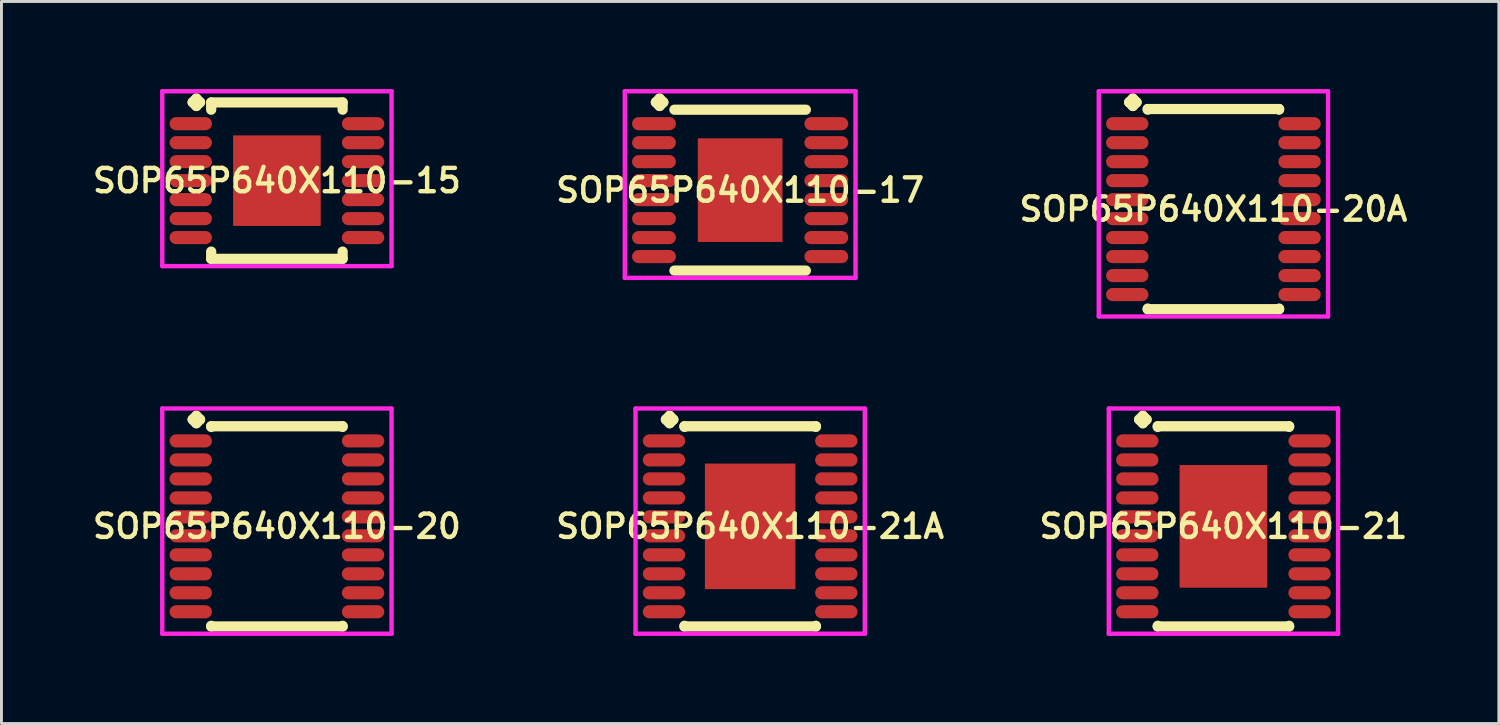
<source format=kicad_pcb>
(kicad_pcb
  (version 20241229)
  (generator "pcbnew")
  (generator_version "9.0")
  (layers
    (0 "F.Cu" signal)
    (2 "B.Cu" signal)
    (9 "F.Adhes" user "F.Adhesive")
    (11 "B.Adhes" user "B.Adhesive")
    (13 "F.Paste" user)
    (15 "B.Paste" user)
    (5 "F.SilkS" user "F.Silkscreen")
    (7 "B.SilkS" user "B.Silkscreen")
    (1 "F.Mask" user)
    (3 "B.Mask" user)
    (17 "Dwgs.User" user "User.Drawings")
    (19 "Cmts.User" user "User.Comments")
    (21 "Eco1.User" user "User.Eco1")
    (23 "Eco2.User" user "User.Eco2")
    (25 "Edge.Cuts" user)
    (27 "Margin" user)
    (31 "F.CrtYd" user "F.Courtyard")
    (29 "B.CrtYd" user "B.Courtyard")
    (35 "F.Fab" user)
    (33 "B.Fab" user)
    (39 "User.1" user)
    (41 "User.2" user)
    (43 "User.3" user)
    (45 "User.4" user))
  (footprint "SOP65P640X110-17"
    (layer "F.Cu")
    (at 22.292 3.46)
    (property "Reference" "SOP65P640X110-17" (at 0 0 0) (layer "F.SilkS") (effects (font (size 0.8 0.8) (thickness 0.15))))
    (attr through_hole)
    (fp_line (start -2.885 -3.008) (end -2.758 -3.135) (stroke (width 0.35) (type solid)) (layer "F.SilkS"))
    (fp_line (start -2.758 -3.135) (end -2.631 -3.008) (stroke (width 0.35) (type solid)) (layer "F.SilkS"))
    (fp_line (start -2.758 -2.881) (end -2.885 -3.008) (stroke (width 0.35) (type solid)) (layer "F.SilkS"))
    (fp_line (start -2.631 -3.008) (end -2.758 -2.881) (stroke (width 0.35) (type solid)) (layer "F.SilkS"))
    (fp_line (start -2.25 -2.754) (end 2.25 -2.754) (stroke (width 0.35) (type solid)) (layer "F.SilkS"))
    (fp_line (start -2.25 2.754) (end 2.25 2.754) (stroke (width 0.35) (type solid)) (layer "F.SilkS"))
    (fp_line (start -3.95 -3.385) (end 3.95 -3.385) (stroke (width 0.15) (type solid)) (layer "F.CrtYd"))
    (fp_line (start -3.95 3.004) (end -3.95 -3.385) (stroke (width 0.15) (type solid)) (layer "F.CrtYd"))
    (fp_line (start 3.95 -3.385) (end 3.95 3.004) (stroke (width 0.15) (type solid)) (layer "F.CrtYd"))
    (fp_line (start 3.95 3.004) (end -3.95 3.004) (stroke (width 0.15) (type solid)) (layer "F.CrtYd"))
    (pad "1" smd oval (at -2.95 -2.275) (size 1.5 0.45) (layers "F.Cu" "F.Mask" "F.Paste"))
    (pad "2" smd oval (at -2.95 -1.625) (size 1.5 0.45) (layers "F.Cu" "F.Mask" "F.Paste"))
    (pad "3" smd oval (at -2.95 -0.975) (size 1.5 0.45) (layers "F.Cu" "F.Mask" "F.Paste"))
    (pad "4" smd oval (at -2.95 -0.325) (size 1.5 0.45) (layers "F.Cu" "F.Mask" "F.Paste"))
    (pad "5" smd oval (at -2.95 0.325) (size 1.5 0.45) (layers "F.Cu" "F.Mask" "F.Paste"))
    (pad "6" smd oval (at -2.95 0.975) (size 1.5 0.45) (layers "F.Cu" "F.Mask" "F.Paste"))
    (pad "7" smd oval (at -2.95 1.625) (size 1.5 0.45) (layers "F.Cu" "F.Mask" "F.Paste"))
    (pad "8" smd oval (at -2.95 2.275) (size 1.5 0.45) (layers "F.Cu" "F.Mask" "F.Paste"))
    (pad "9" smd oval (at 2.95 2.275) (size 1.5 0.45) (layers "F.Cu" "F.Mask" "F.Paste"))
    (pad "10" smd oval (at 2.95 1.625) (size 1.5 0.45) (layers "F.Cu" "F.Mask" "F.Paste"))
    (pad "11" smd oval (at 2.95 0.975) (size 1.5 0.45) (layers "F.Cu" "F.Mask" "F.Paste"))
    (pad "12" smd oval (at 2.95 0.325) (size 1.5 0.45) (layers "F.Cu" "F.Mask" "F.Paste"))
    (pad "13" smd oval (at 2.95 -0.325) (size 1.5 0.45) (layers "F.Cu" "F.Mask" "F.Paste"))
    (pad "14" smd oval (at 2.95 -0.975) (size 1.5 0.45) (layers "F.Cu" "F.Mask" "F.Paste"))
    (pad "15" smd oval (at 2.95 -1.625) (size 1.5 0.45) (layers "F.Cu" "F.Mask" "F.Paste"))
    (pad "16" smd oval (at 2.95 -2.275) (size 1.5 0.45) (layers "F.Cu" "F.Mask" "F.Paste"))
    (pad "17" smd rect (at 0 0) (size 2.9 3.55) (layers "F.Cu" "F.Mask" "F.Paste")))
  (footprint "SOP65P640X110-15"
    (layer "F.Cu")
    (at 6.431 3.135)
    (property "Reference" "SOP65P640X110-15" (at 0 0 0) (layer "F.SilkS") (effects (font (size 0.8 0.8) (thickness 0.15))))
    (attr smd)
    (fp_line (start -2.885 -2.683) (end -2.758 -2.81) (stroke (width 0.35) (type solid)) (layer "F.SilkS"))
    (fp_line (start -2.758 -2.81) (end -2.631 -2.683) (stroke (width 0.35) (type solid)) (layer "F.SilkS"))
    (fp_line (start -2.758 -2.556) (end -2.885 -2.683) (stroke (width 0.35) (type solid)) (layer "F.SilkS"))
    (fp_line (start -2.631 -2.683) (end -2.758 -2.556) (stroke (width 0.35) (type solid)) (layer "F.SilkS"))
    (fp_line (start -2.25 -2.677) (end 2.25 -2.677) (stroke (width 0.35) (type solid)) (layer "F.SilkS"))
    (fp_line (start -2.25 -2.429) (end -2.25 -2.677) (stroke (width 0.35) (type solid)) (layer "F.SilkS"))
    (fp_line (start -2.25 2.429) (end -2.25 2.677) (stroke (width 0.35) (type solid)) (layer "F.SilkS"))
    (fp_line (start -2.25 2.677) (end 2.25 2.677) (stroke (width 0.35) (type solid)) (layer "F.SilkS"))
    (fp_line (start 2.25 -2.677) (end 2.25 -2.429) (stroke (width 0.35) (type solid)) (layer "F.SilkS"))
    (fp_line (start 2.25 2.677) (end 2.25 2.429) (stroke (width 0.35) (type solid)) (layer "F.SilkS"))
    (fp_line (start -3.925 -3.06) (end 3.925 -3.06) (stroke (width 0.15) (type solid)) (layer "F.CrtYd"))
    (fp_line (start -3.925 2.927) (end -3.925 -3.06) (stroke (width 0.15) (type solid)) (layer "F.CrtYd"))
    (fp_line (start 3.925 -3.06) (end 3.925 2.927) (stroke (width 0.15) (type solid)) (layer "F.CrtYd"))
    (fp_line (start 3.925 2.927) (end -3.925 2.927) (stroke (width 0.15) (type solid)) (layer "F.CrtYd"))
    (pad "1" smd oval (at -2.95 -1.95) (size 1.45 0.45) (layers "F.Cu" "F.Mask" "F.Paste"))
    (pad "2" smd oval (at -2.95 -1.3) (size 1.45 0.45) (layers "F.Cu" "F.Mask" "F.Paste"))
    (pad "3" smd oval (at -2.95 -0.65) (size 1.45 0.45) (layers "F.Cu" "F.Mask" "F.Paste"))
    (pad "4" smd oval (at -2.95 0) (size 1.45 0.45) (layers "F.Cu" "F.Mask" "F.Paste"))
    (pad "5" smd oval (at -2.95 0.65) (size 1.45 0.45) (layers "F.Cu" "F.Mask" "F.Paste"))
    (pad "6" smd oval (at -2.95 1.3) (size 1.45 0.45) (layers "F.Cu" "F.Mask" "F.Paste"))
    (pad "7" smd oval (at -2.95 1.95) (size 1.45 0.45) (layers "F.Cu" "F.Mask" "F.Paste"))
    (pad "8" smd oval (at 2.95 1.95) (size 1.45 0.45) (layers "F.Cu" "F.Mask" "F.Paste"))
    (pad "9" smd oval (at 2.95 1.3) (size 1.45 0.45) (layers "F.Cu" "F.Mask" "F.Paste"))
    (pad "10" smd oval (at 2.95 0.65) (size 1.45 0.45) (layers "F.Cu" "F.Mask" "F.Paste"))
    (pad "11" smd oval (at 2.95 0) (size 1.45 0.45) (layers "F.Cu" "F.Mask" "F.Paste"))
    (pad "12" smd oval (at 2.95 -0.65) (size 1.45 0.45) (layers "F.Cu" "F.Mask" "F.Paste"))
    (pad "13" smd oval (at 2.95 -1.3) (size 1.45 0.45) (layers "F.Cu" "F.Mask" "F.Paste"))
    (pad "14" smd oval (at 2.95 -1.95) (size 1.45 0.45) (layers "F.Cu" "F.Mask" "F.Paste"))
    (pad "15" smd rect (at 0 0) (size 3 3.1) (layers "F.Cu" "F.Mask" "F.Paste")))
  (footprint "SOP65P640X110-21"
    (layer "F.Cu")
    (at 38.839 14.972)
    (property "Reference" "SOP65P640X110-21" (at 0 0 0) (layer "F.SilkS") (effects (font (size 0.8 0.8) (thickness 0.15))))
    (attr smd)
    (fp_line (start -2.885 -3.658) (end -2.758 -3.785) (stroke (width 0.35) (type solid)) (layer "F.SilkS"))
    (fp_line (start -2.758 -3.785) (end -2.631 -3.658) (stroke (width 0.35) (type solid)) (layer "F.SilkS"))
    (fp_line (start -2.758 -3.531) (end -2.885 -3.658) (stroke (width 0.35) (type solid)) (layer "F.SilkS"))
    (fp_line (start -2.631 -3.658) (end -2.758 -3.531) (stroke (width 0.35) (type solid)) (layer "F.SilkS"))
    (fp_line (start -2.25 -3.427) (end 2.25 -3.427) (stroke (width 0.35) (type solid)) (layer "F.SilkS"))
    (fp_line (start -2.25 -3.404) (end -2.25 -3.427) (stroke (width 0.35) (type solid)) (layer "F.SilkS"))
    (fp_line (start -2.25 3.404) (end -2.25 3.427) (stroke (width 0.35) (type solid)) (layer "F.SilkS"))
    (fp_line (start -2.25 3.427) (end 2.25 3.427) (stroke (width 0.35) (type solid)) (layer "F.SilkS"))
    (fp_line (start 2.25 -3.427) (end 2.25 -3.404) (stroke (width 0.35) (type solid)) (layer "F.SilkS"))
    (fp_line (start 2.25 3.427) (end 2.25 3.404) (stroke (width 0.35) (type solid)) (layer "F.SilkS"))
    (fp_line (start -3.925 -4.035) (end 3.925 -4.035) (stroke (width 0.15) (type solid)) (layer "F.CrtYd"))
    (fp_line (start -3.925 3.677) (end -3.925 -4.035) (stroke (width 0.15) (type solid)) (layer "F.CrtYd"))
    (fp_line (start 3.925 -4.035) (end 3.925 3.677) (stroke (width 0.15) (type solid)) (layer "F.CrtYd"))
    (fp_line (start 3.925 3.677) (end -3.925 3.677) (stroke (width 0.15) (type solid)) (layer "F.CrtYd"))
    (pad "1" smd oval (at -2.95 -2.925) (size 1.45 0.45) (layers "F.Cu" "F.Mask" "F.Paste"))
    (pad "2" smd oval (at -2.95 -2.275) (size 1.45 0.45) (layers "F.Cu" "F.Mask" "F.Paste"))
    (pad "3" smd oval (at -2.95 -1.625) (size 1.45 0.45) (layers "F.Cu" "F.Mask" "F.Paste"))
    (pad "4" smd oval (at -2.95 -0.975) (size 1.45 0.45) (layers "F.Cu" "F.Mask" "F.Paste"))
    (pad "5" smd oval (at -2.95 -0.325) (size 1.45 0.45) (layers "F.Cu" "F.Mask" "F.Paste"))
    (pad "6" smd oval (at -2.95 0.325) (size 1.45 0.45) (layers "F.Cu" "F.Mask" "F.Paste"))
    (pad "7" smd oval (at -2.95 0.975) (size 1.45 0.45) (layers "F.Cu" "F.Mask" "F.Paste"))
    (pad "8" smd oval (at -2.95 1.625) (size 1.45 0.45) (layers "F.Cu" "F.Mask" "F.Paste"))
    (pad "9" smd oval (at -2.95 2.275) (size 1.45 0.45) (layers "F.Cu" "F.Mask" "F.Paste"))
    (pad "10" smd oval (at -2.95 2.925) (size 1.45 0.45) (layers "F.Cu" "F.Mask" "F.Paste"))
    (pad "11" smd oval (at 2.95 2.925) (size 1.45 0.45) (layers "F.Cu" "F.Mask" "F.Paste"))
    (pad "12" smd oval (at 2.95 2.275) (size 1.45 0.45) (layers "F.Cu" "F.Mask" "F.Paste"))
    (pad "13" smd oval (at 2.95 1.625) (size 1.45 0.45) (layers "F.Cu" "F.Mask" "F.Paste"))
    (pad "14" smd oval (at 2.95 0.975) (size 1.45 0.45) (layers "F.Cu" "F.Mask" "F.Paste"))
    (pad "15" smd oval (at 2.95 0.325) (size 1.45 0.45) (layers "F.Cu" "F.Mask" "F.Paste"))
    (pad "16" smd oval (at 2.95 -0.325) (size 1.45 0.45) (layers "F.Cu" "F.Mask" "F.Paste"))
    (pad "17" smd oval (at 2.95 -0.975) (size 1.45 0.45) (layers "F.Cu" "F.Mask" "F.Paste"))
    (pad "18" smd oval (at 2.95 -1.625) (size 1.45 0.45) (layers "F.Cu" "F.Mask" "F.Paste"))
    (pad "19" smd oval (at 2.95 -2.275) (size 1.45 0.45) (layers "F.Cu" "F.Mask" "F.Paste"))
    (pad "20" smd oval (at 2.95 -2.925) (size 1.45 0.45) (layers "F.Cu" "F.Mask" "F.Paste"))
    (pad "21" smd rect (at 0 0) (size 3 4.2) (layers "F.Cu" "F.Mask" "F.Paste")))
  (footprint "SOP65P640X110-21A"
    (layer "F.Cu")
    (at 22.635 14.972)
    (property "Reference" "SOP65P640X110-21A" (at 0 0 0) (layer "F.SilkS") (effects (font (size 0.8 0.8) (thickness 0.15))))
    (attr through_hole)
    (fp_line (start -2.885 -3.658) (end -2.758 -3.785) (stroke (width 0.35) (type solid)) (layer "F.SilkS"))
    (fp_line (start -2.758 -3.785) (end -2.631 -3.658) (stroke (width 0.35) (type solid)) (layer "F.SilkS"))
    (fp_line (start -2.758 -3.531) (end -2.885 -3.658) (stroke (width 0.35) (type solid)) (layer "F.SilkS"))
    (fp_line (start -2.631 -3.658) (end -2.758 -3.531) (stroke (width 0.35) (type solid)) (layer "F.SilkS"))
    (fp_line (start -2.25 -3.427) (end 2.25 -3.427) (stroke (width 0.35) (type solid)) (layer "F.SilkS"))
    (fp_line (start -2.25 -3.404) (end -2.25 -3.427) (stroke (width 0.35) (type solid)) (layer "F.SilkS"))
    (fp_line (start -2.25 3.404) (end -2.25 3.427) (stroke (width 0.35) (type solid)) (layer "F.SilkS"))
    (fp_line (start -2.25 3.427) (end 2.25 3.427) (stroke (width 0.35) (type solid)) (layer "F.SilkS"))
    (fp_line (start 2.25 -3.427) (end 2.25 -3.404) (stroke (width 0.35) (type solid)) (layer "F.SilkS"))
    (fp_line (start 2.25 3.427) (end 2.25 3.404) (stroke (width 0.35) (type solid)) (layer "F.SilkS"))
    (fp_line (start -3.925 -4.035) (end 3.925 -4.035) (stroke (width 0.15) (type solid)) (layer "F.CrtYd"))
    (fp_line (start -3.925 3.677) (end -3.925 -4.035) (stroke (width 0.15) (type solid)) (layer "F.CrtYd"))
    (fp_line (start 3.925 -4.035) (end 3.925 3.677) (stroke (width 0.15) (type solid)) (layer "F.CrtYd"))
    (fp_line (start 3.925 3.677) (end -3.925 3.677) (stroke (width 0.15) (type solid)) (layer "F.CrtYd"))
    (pad "1" smd oval (at -2.95 -2.925) (size 1.45 0.45) (layers "F.Cu" "F.Mask" "F.Paste"))
    (pad "2" smd oval (at -2.95 -2.275) (size 1.45 0.45) (layers "F.Cu" "F.Mask" "F.Paste"))
    (pad "3" smd oval (at -2.95 -1.625) (size 1.45 0.45) (layers "F.Cu" "F.Mask" "F.Paste"))
    (pad "4" smd oval (at -2.95 -0.975) (size 1.45 0.45) (layers "F.Cu" "F.Mask" "F.Paste"))
    (pad "5" smd oval (at -2.95 -0.325) (size 1.45 0.45) (layers "F.Cu" "F.Mask" "F.Paste"))
    (pad "6" smd oval (at -2.95 0.325) (size 1.45 0.45) (layers "F.Cu" "F.Mask" "F.Paste"))
    (pad "7" smd oval (at -2.95 0.975) (size 1.45 0.45) (layers "F.Cu" "F.Mask" "F.Paste"))
    (pad "8" smd oval (at -2.95 1.625) (size 1.45 0.45) (layers "F.Cu" "F.Mask" "F.Paste"))
    (pad "9" smd oval (at -2.95 2.275) (size 1.45 0.45) (layers "F.Cu" "F.Mask" "F.Paste"))
    (pad "10" smd oval (at -2.95 2.925) (size 1.45 0.45) (layers "F.Cu" "F.Mask" "F.Paste"))
    (pad "11" smd oval (at 2.95 2.925) (size 1.45 0.45) (layers "F.Cu" "F.Mask" "F.Paste"))
    (pad "12" smd oval (at 2.95 2.275) (size 1.45 0.45) (layers "F.Cu" "F.Mask" "F.Paste"))
    (pad "13" smd oval (at 2.95 1.625) (size 1.45 0.45) (layers "F.Cu" "F.Mask" "F.Paste"))
    (pad "14" smd oval (at 2.95 0.975) (size 1.45 0.45) (layers "F.Cu" "F.Mask" "F.Paste"))
    (pad "15" smd oval (at 2.95 0.325) (size 1.45 0.45) (layers "F.Cu" "F.Mask" "F.Paste"))
    (pad "16" smd oval (at 2.95 -0.325) (size 1.45 0.45) (layers "F.Cu" "F.Mask" "F.Paste"))
    (pad "17" smd oval (at 2.95 -0.975) (size 1.45 0.45) (layers "F.Cu" "F.Mask" "F.Paste"))
    (pad "18" smd oval (at 2.95 -1.625) (size 1.45 0.45) (layers "F.Cu" "F.Mask" "F.Paste"))
    (pad "19" smd oval (at 2.95 -2.275) (size 1.45 0.45) (layers "F.Cu" "F.Mask" "F.Paste"))
    (pad "20" smd oval (at 2.95 -2.925) (size 1.45 0.45) (layers "F.Cu" "F.Mask" "F.Paste"))
    (pad "21" smd rect (at 0 0) (size 3.1 4.3) (layers "F.Cu" "F.Mask" "F.Paste")))
  (footprint "SOP65P640X110-20A"
    (layer "F.Cu")
    (at 38.496 4.11)
    (property "Reference" "SOP65P640X110-20A" (at 0 0 0) (layer "F.SilkS") (effects (font (size 0.8 0.8) (thickness 0.15))))
    (attr smd)
    (fp_line (start -2.885 -3.658) (end -2.758 -3.785) (stroke (width 0.35) (type solid)) (layer "F.SilkS"))
    (fp_line (start -2.758 -3.785) (end -2.631 -3.658) (stroke (width 0.35) (type solid)) (layer "F.SilkS"))
    (fp_line (start -2.758 -3.531) (end -2.885 -3.658) (stroke (width 0.35) (type solid)) (layer "F.SilkS"))
    (fp_line (start -2.631 -3.658) (end -2.758 -3.531) (stroke (width 0.35) (type solid)) (layer "F.SilkS"))
    (fp_line (start -2.25 -3.427) (end 2.25 -3.427) (stroke (width 0.35) (type solid)) (layer "F.SilkS"))
    (fp_line (start -2.25 -3.404) (end -2.25 -3.427) (stroke (width 0.35) (type solid)) (layer "F.SilkS"))
    (fp_line (start -2.25 3.404) (end -2.25 3.427) (stroke (width 0.35) (type solid)) (layer "F.SilkS"))
    (fp_line (start -2.25 3.427) (end 2.25 3.427) (stroke (width 0.35) (type solid)) (layer "F.SilkS"))
    (fp_line (start 2.25 -3.427) (end 2.25 -3.404) (stroke (width 0.35) (type solid)) (layer "F.SilkS"))
    (fp_line (start 2.25 3.427) (end 2.25 3.404) (stroke (width 0.35) (type solid)) (layer "F.SilkS"))
    (fp_line (start -3.925 -4.035) (end 3.925 -4.035) (stroke (width 0.15) (type solid)) (layer "F.CrtYd"))
    (fp_line (start -3.925 3.677) (end -3.925 -4.035) (stroke (width 0.15) (type solid)) (layer "F.CrtYd"))
    (fp_line (start 3.925 -4.035) (end 3.925 3.677) (stroke (width 0.15) (type solid)) (layer "F.CrtYd"))
    (fp_line (start 3.925 3.677) (end -3.925 3.677) (stroke (width 0.15) (type solid)) (layer "F.CrtYd"))
    (pad "1" smd oval (at -2.95 -2.925) (size 1.45 0.45) (layers "F.Cu" "F.Mask" "F.Paste"))
    (pad "2" smd oval (at -2.95 -2.275) (size 1.45 0.45) (layers "F.Cu" "F.Mask" "F.Paste"))
    (pad "3" smd oval (at -2.95 -1.625) (size 1.45 0.45) (layers "F.Cu" "F.Mask" "F.Paste"))
    (pad "4" smd oval (at -2.95 -0.975) (size 1.45 0.45) (layers "F.Cu" "F.Mask" "F.Paste"))
    (pad "5" smd oval (at -2.95 -0.325) (size 1.45 0.45) (layers "F.Cu" "F.Mask" "F.Paste"))
    (pad "6" smd oval (at -2.95 0.325) (size 1.45 0.45) (layers "F.Cu" "F.Mask" "F.Paste"))
    (pad "7" smd oval (at -2.95 0.975) (size 1.45 0.45) (layers "F.Cu" "F.Mask" "F.Paste"))
    (pad "8" smd oval (at -2.95 1.625) (size 1.45 0.45) (layers "F.Cu" "F.Mask" "F.Paste"))
    (pad "9" smd oval (at -2.95 2.275) (size 1.45 0.45) (layers "F.Cu" "F.Mask" "F.Paste"))
    (pad "10" smd oval (at -2.95 2.925) (size 1.45 0.45) (layers "F.Cu" "F.Mask" "F.Paste"))
    (pad "11" smd oval (at 2.95 2.925) (size 1.45 0.45) (layers "F.Cu" "F.Mask" "F.Paste"))
    (pad "12" smd oval (at 2.95 2.275) (size 1.45 0.45) (layers "F.Cu" "F.Mask" "F.Paste"))
    (pad "13" smd oval (at 2.95 1.625) (size 1.45 0.45) (layers "F.Cu" "F.Mask" "F.Paste"))
    (pad "14" smd oval (at 2.95 0.975) (size 1.45 0.45) (layers "F.Cu" "F.Mask" "F.Paste"))
    (pad "15" smd oval (at 2.95 0.325) (size 1.45 0.45) (layers "F.Cu" "F.Mask" "F.Paste"))
    (pad "16" smd oval (at 2.95 -0.325) (size 1.45 0.45) (layers "F.Cu" "F.Mask" "F.Paste"))
    (pad "17" smd oval (at 2.95 -0.975) (size 1.45 0.45) (layers "F.Cu" "F.Mask" "F.Paste"))
    (pad "18" smd oval (at 2.95 -1.625) (size 1.45 0.45) (layers "F.Cu" "F.Mask" "F.Paste"))
    (pad "19" smd oval (at 2.95 -2.275) (size 1.45 0.45) (layers "F.Cu" "F.Mask" "F.Paste"))
    (pad "20" smd oval (at 2.95 -2.925) (size 1.45 0.45) (layers "F.Cu" "F.Mask" "F.Paste")))
  (footprint "SOP65P640X110-20"
    (layer "F.Cu")
    (at 6.431 14.972)
    (property "Reference" "SOP65P640X110-20" (at 0 0 0) (layer "F.SilkS") (effects (font (size 0.8 0.8) (thickness 0.15))))
    (attr smd)
    (fp_line (start -2.885 -3.658) (end -2.758 -3.785) (stroke (width 0.35) (type solid)) (layer "F.SilkS"))
    (fp_line (start -2.758 -3.785) (end -2.631 -3.658) (stroke (width 0.35) (type solid)) (layer "F.SilkS"))
    (fp_line (start -2.758 -3.531) (end -2.885 -3.658) (stroke (width 0.35) (type solid)) (layer "F.SilkS"))
    (fp_line (start -2.631 -3.658) (end -2.758 -3.531) (stroke (width 0.35) (type solid)) (layer "F.SilkS"))
    (fp_line (start -2.25 -3.427) (end 2.25 -3.427) (stroke (width 0.35) (type solid)) (layer "F.SilkS"))
    (fp_line (start -2.25 -3.404) (end -2.25 -3.427) (stroke (width 0.35) (type solid)) (layer "F.SilkS"))
    (fp_line (start -2.25 3.404) (end -2.25 3.427) (stroke (width 0.35) (type solid)) (layer "F.SilkS"))
    (fp_line (start -2.25 3.427) (end 2.25 3.427) (stroke (width 0.35) (type solid)) (layer "F.SilkS"))
    (fp_line (start 2.25 -3.427) (end 2.25 -3.404) (stroke (width 0.35) (type solid)) (layer "F.SilkS"))
    (fp_line (start 2.25 3.427) (end 2.25 3.404) (stroke (width 0.35) (type solid)) (layer "F.SilkS"))
    (fp_line (start -3.925 -4.035) (end 3.925 -4.035) (stroke (width 0.15) (type solid)) (layer "F.CrtYd"))
    (fp_line (start -3.925 3.677) (end -3.925 -4.035) (stroke (width 0.15) (type solid)) (layer "F.CrtYd"))
    (fp_line (start 3.925 -4.035) (end 3.925 3.677) (stroke (width 0.15) (type solid)) (layer "F.CrtYd"))
    (fp_line (start 3.925 3.677) (end -3.925 3.677) (stroke (width 0.15) (type solid)) (layer "F.CrtYd"))
    (pad "1" smd oval (at -2.95 -2.925) (size 1.45 0.45) (layers "F.Cu" "F.Mask" "F.Paste"))
    (pad "2" smd oval (at -2.95 -2.275) (size 1.45 0.45) (layers "F.Cu" "F.Mask" "F.Paste"))
    (pad "3" smd oval (at -2.95 -1.625) (size 1.45 0.45) (layers "F.Cu" "F.Mask" "F.Paste"))
    (pad "4" smd oval (at -2.95 -0.975) (size 1.45 0.45) (layers "F.Cu" "F.Mask" "F.Paste"))
    (pad "5" smd oval (at -2.95 -0.325) (size 1.45 0.45) (layers "F.Cu" "F.Mask" "F.Paste"))
    (pad "6" smd oval (at -2.95 0.325) (size 1.45 0.45) (layers "F.Cu" "F.Mask" "F.Paste"))
    (pad "7" smd oval (at -2.95 0.975) (size 1.45 0.45) (layers "F.Cu" "F.Mask" "F.Paste"))
    (pad "8" smd oval (at -2.95 1.625) (size 1.45 0.45) (layers "F.Cu" "F.Mask" "F.Paste"))
    (pad "9" smd oval (at -2.95 2.275) (size 1.45 0.45) (layers "F.Cu" "F.Mask" "F.Paste"))
    (pad "10" smd oval (at -2.95 2.925) (size 1.45 0.45) (layers "F.Cu" "F.Mask" "F.Paste"))
    (pad "11" smd oval (at 2.95 2.925) (size 1.45 0.45) (layers "F.Cu" "F.Mask" "F.Paste"))
    (pad "12" smd oval (at 2.95 2.275) (size 1.45 0.45) (layers "F.Cu" "F.Mask" "F.Paste"))
    (pad "13" smd oval (at 2.95 1.625) (size 1.45 0.45) (layers "F.Cu" "F.Mask" "F.Paste"))
    (pad "14" smd oval (at 2.95 0.975) (size 1.45 0.45) (layers "F.Cu" "F.Mask" "F.Paste"))
    (pad "15" smd oval (at 2.95 0.325) (size 1.45 0.45) (layers "F.Cu" "F.Mask" "F.Paste"))
    (pad "16" smd oval (at 2.95 -0.325) (size 1.45 0.45) (layers "F.Cu" "F.Mask" "F.Paste"))
    (pad "17" smd oval (at 2.95 -0.975) (size 1.45 0.45) (layers "F.Cu" "F.Mask" "F.Paste"))
    (pad "18" smd oval (at 2.95 -1.625) (size 1.45 0.45) (layers "F.Cu" "F.Mask" "F.Paste"))
    (pad "19" smd oval (at 2.95 -2.275) (size 1.45 0.45) (layers "F.Cu" "F.Mask" "F.Paste"))
    (pad "20" smd oval (at 2.95 -2.925) (size 1.45 0.45) (layers "F.Cu" "F.Mask" "F.Paste")))
  (gr_rect
    (start -3 -3)
    (end 48.27 21.724)
    (stroke (width 0.1) (type default))
    (fill no)
    (layer "Edge.Cuts")))
</source>
